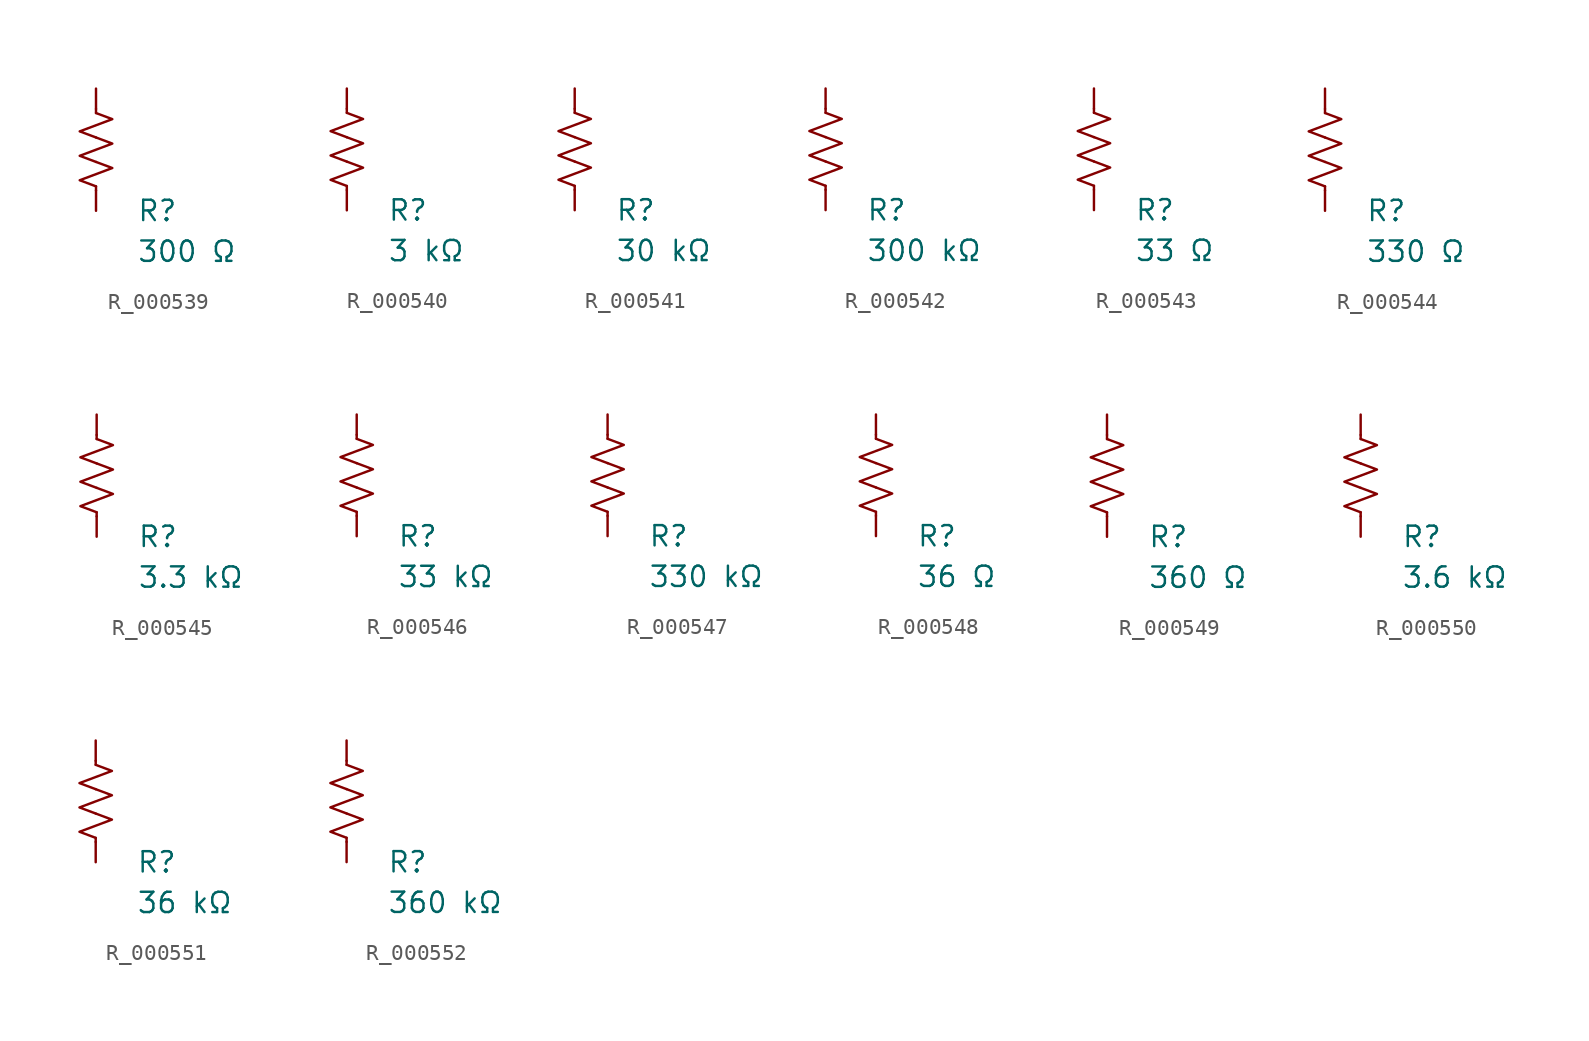
<source format=kicad_sym>
(kicad_symbol_lib
  (version 20231120)
  (generator "kicad_symbol_editor")
  (generator_version "8.0")
  (symbol "R_000539"
    (pin_numbers hide)
    (pin_names
      (offset 0))
    (property "Reference" "R"
      (at 2.54 -3.81 0)
      (effects (font (size 1.27 1.27)) (justify left))
      (show_name no))
    (property "Value" "300 Ω"
      (at 2.54 -6.35 0)
      (effects (font (size 1.27 1.27)) (justify left))
      (show_name no))
    (symbol "R_000539_0_1"
      (polyline (pts (xy 0 -2.286) (xy 0 -2.54)) (stroke (width 0) (type default)) (fill (type none)))
      (polyline (pts (xy 0 2.286) (xy 0 2.54)) (stroke (width 0) (type default)) (fill (type none)))
      (polyline (pts (xy 0 -0.762) (xy 1.016 -1.143) (xy 0 -1.524) (xy -1.016 -1.905) (xy 0 -2.286)) (stroke (width 0) (type default)) (fill (type none)))
      (polyline (pts (xy 0 0.762) (xy 1.016 0.381) (xy 0 0) (xy -1.016 -0.381) (xy 0 -0.762)) (stroke (width 0) (type default)) (fill (type none)))
      (polyline (pts (xy 0 2.286) (xy 1.016 1.905) (xy 0 1.524) (xy -1.016 1.143) (xy 0 0.762)) (stroke (width 0) (type default)) (fill (type none))))
    (symbol "R_000539_1_1"
      (pin passive line (at 0 3.81 270) (length 1.27) (name "~" (effects (font (size 1.27 1.27)))) (number "1" (effects (font (size 1.27 1.27)))))
      (pin passive line (at 0 -3.81 90) (length 1.27) (name "~" (effects (font (size 1.27 1.27)))) (number "2" (effects (font (size 1.27 1.27)))))))
  (symbol "R_000540"
    (pin_numbers hide)
    (pin_names
      (offset 0))
    (property "Reference" "R"
      (at 2.54 -3.81 0)
      (effects (font (size 1.27 1.27)) (justify left))
      (show_name no))
    (property "Value" "3 kΩ"
      (at 2.54 -6.35 0)
      (effects (font (size 1.27 1.27)) (justify left))
      (show_name no))
    (symbol "R_000540_0_1"
      (polyline (pts (xy 0 -2.286) (xy 0 -2.54)) (stroke (width 0) (type default)) (fill (type none)))
      (polyline (pts (xy 0 2.286) (xy 0 2.54)) (stroke (width 0) (type default)) (fill (type none)))
      (polyline (pts (xy 0 -0.762) (xy 1.016 -1.143) (xy 0 -1.524) (xy -1.016 -1.905) (xy 0 -2.286)) (stroke (width 0) (type default)) (fill (type none)))
      (polyline (pts (xy 0 0.762) (xy 1.016 0.381) (xy 0 0) (xy -1.016 -0.381) (xy 0 -0.762)) (stroke (width 0) (type default)) (fill (type none)))
      (polyline (pts (xy 0 2.286) (xy 1.016 1.905) (xy 0 1.524) (xy -1.016 1.143) (xy 0 0.762)) (stroke (width 0) (type default)) (fill (type none))))
    (symbol "R_000540_1_1"
      (pin passive line (at 0 3.81 270) (length 1.27) (name "~" (effects (font (size 1.27 1.27)))) (number "1" (effects (font (size 1.27 1.27)))))
      (pin passive line (at 0 -3.81 90) (length 1.27) (name "~" (effects (font (size 1.27 1.27)))) (number "2" (effects (font (size 1.27 1.27)))))))
  (symbol "R_000541"
    (pin_numbers hide)
    (pin_names
      (offset 0))
    (property "Reference" "R"
      (at 2.54 -3.81 0)
      (effects (font (size 1.27 1.27)) (justify left))
      (show_name no))
    (property "Value" "30 kΩ"
      (at 2.54 -6.35 0)
      (effects (font (size 1.27 1.27)) (justify left))
      (show_name no))
    (symbol "R_000541_0_1"
      (polyline (pts (xy 0 -2.286) (xy 0 -2.54)) (stroke (width 0) (type default)) (fill (type none)))
      (polyline (pts (xy 0 2.286) (xy 0 2.54)) (stroke (width 0) (type default)) (fill (type none)))
      (polyline (pts (xy 0 -0.762) (xy 1.016 -1.143) (xy 0 -1.524) (xy -1.016 -1.905) (xy 0 -2.286)) (stroke (width 0) (type default)) (fill (type none)))
      (polyline (pts (xy 0 0.762) (xy 1.016 0.381) (xy 0 0) (xy -1.016 -0.381) (xy 0 -0.762)) (stroke (width 0) (type default)) (fill (type none)))
      (polyline (pts (xy 0 2.286) (xy 1.016 1.905) (xy 0 1.524) (xy -1.016 1.143) (xy 0 0.762)) (stroke (width 0) (type default)) (fill (type none))))
    (symbol "R_000541_1_1"
      (pin passive line (at 0 3.81 270) (length 1.27) (name "~" (effects (font (size 1.27 1.27)))) (number "1" (effects (font (size 1.27 1.27)))))
      (pin passive line (at 0 -3.81 90) (length 1.27) (name "~" (effects (font (size 1.27 1.27)))) (number "2" (effects (font (size 1.27 1.27)))))))
  (symbol "R_000542"
    (pin_numbers hide)
    (pin_names
      (offset 0))
    (property "Reference" "R"
      (at 2.54 -3.81 0)
      (effects (font (size 1.27 1.27)) (justify left))
      (show_name no))
    (property "Value" "300 kΩ"
      (at 2.54 -6.35 0)
      (effects (font (size 1.27 1.27)) (justify left))
      (show_name no))
    (symbol "R_000542_0_1"
      (polyline (pts (xy 0 -2.286) (xy 0 -2.54)) (stroke (width 0) (type default)) (fill (type none)))
      (polyline (pts (xy 0 2.286) (xy 0 2.54)) (stroke (width 0) (type default)) (fill (type none)))
      (polyline (pts (xy 0 -0.762) (xy 1.016 -1.143) (xy 0 -1.524) (xy -1.016 -1.905) (xy 0 -2.286)) (stroke (width 0) (type default)) (fill (type none)))
      (polyline (pts (xy 0 0.762) (xy 1.016 0.381) (xy 0 0) (xy -1.016 -0.381) (xy 0 -0.762)) (stroke (width 0) (type default)) (fill (type none)))
      (polyline (pts (xy 0 2.286) (xy 1.016 1.905) (xy 0 1.524) (xy -1.016 1.143) (xy 0 0.762)) (stroke (width 0) (type default)) (fill (type none))))
    (symbol "R_000542_1_1"
      (pin passive line (at 0 3.81 270) (length 1.27) (name "~" (effects (font (size 1.27 1.27)))) (number "1" (effects (font (size 1.27 1.27)))))
      (pin passive line (at 0 -3.81 90) (length 1.27) (name "~" (effects (font (size 1.27 1.27)))) (number "2" (effects (font (size 1.27 1.27)))))))
  (symbol "R_000543"
    (pin_numbers hide)
    (pin_names
      (offset 0))
    (property "Reference" "R"
      (at 2.54 -3.81 0)
      (effects (font (size 1.27 1.27)) (justify left))
      (show_name no))
    (property "Value" "33 Ω"
      (at 2.54 -6.35 0)
      (effects (font (size 1.27 1.27)) (justify left))
      (show_name no))
    (symbol "R_000543_0_1"
      (polyline (pts (xy 0 -2.286) (xy 0 -2.54)) (stroke (width 0) (type default)) (fill (type none)))
      (polyline (pts (xy 0 2.286) (xy 0 2.54)) (stroke (width 0) (type default)) (fill (type none)))
      (polyline (pts (xy 0 -0.762) (xy 1.016 -1.143) (xy 0 -1.524) (xy -1.016 -1.905) (xy 0 -2.286)) (stroke (width 0) (type default)) (fill (type none)))
      (polyline (pts (xy 0 0.762) (xy 1.016 0.381) (xy 0 0) (xy -1.016 -0.381) (xy 0 -0.762)) (stroke (width 0) (type default)) (fill (type none)))
      (polyline (pts (xy 0 2.286) (xy 1.016 1.905) (xy 0 1.524) (xy -1.016 1.143) (xy 0 0.762)) (stroke (width 0) (type default)) (fill (type none))))
    (symbol "R_000543_1_1"
      (pin passive line (at 0 3.81 270) (length 1.27) (name "~" (effects (font (size 1.27 1.27)))) (number "1" (effects (font (size 1.27 1.27)))))
      (pin passive line (at 0 -3.81 90) (length 1.27) (name "~" (effects (font (size 1.27 1.27)))) (number "2" (effects (font (size 1.27 1.27)))))))
  (symbol "R_000544"
    (pin_numbers hide)
    (pin_names
      (offset 0))
    (property "Reference" "R"
      (at 2.54 -3.81 0)
      (effects (font (size 1.27 1.27)) (justify left))
      (show_name no))
    (property "Value" "330 Ω"
      (at 2.54 -6.35 0)
      (effects (font (size 1.27 1.27)) (justify left))
      (show_name no))
    (symbol "R_000544_0_1"
      (polyline (pts (xy 0 -2.286) (xy 0 -2.54)) (stroke (width 0) (type default)) (fill (type none)))
      (polyline (pts (xy 0 2.286) (xy 0 2.54)) (stroke (width 0) (type default)) (fill (type none)))
      (polyline (pts (xy 0 -0.762) (xy 1.016 -1.143) (xy 0 -1.524) (xy -1.016 -1.905) (xy 0 -2.286)) (stroke (width 0) (type default)) (fill (type none)))
      (polyline (pts (xy 0 0.762) (xy 1.016 0.381) (xy 0 0) (xy -1.016 -0.381) (xy 0 -0.762)) (stroke (width 0) (type default)) (fill (type none)))
      (polyline (pts (xy 0 2.286) (xy 1.016 1.905) (xy 0 1.524) (xy -1.016 1.143) (xy 0 0.762)) (stroke (width 0) (type default)) (fill (type none))))
    (symbol "R_000544_1_1"
      (pin passive line (at 0 3.81 270) (length 1.27) (name "~" (effects (font (size 1.27 1.27)))) (number "1" (effects (font (size 1.27 1.27)))))
      (pin passive line (at 0 -3.81 90) (length 1.27) (name "~" (effects (font (size 1.27 1.27)))) (number "2" (effects (font (size 1.27 1.27)))))))
  (symbol "R_000545"
    (pin_numbers hide)
    (pin_names
      (offset 0))
    (property "Reference" "R"
      (at 2.54 -3.81 0)
      (effects (font (size 1.27 1.27)) (justify left))
      (show_name no))
    (property "Value" "3.3 kΩ"
      (at 2.54 -6.35 0)
      (effects (font (size 1.27 1.27)) (justify left))
      (show_name no))
    (symbol "R_000545_0_1"
      (polyline (pts (xy 0 -2.286) (xy 0 -2.54)) (stroke (width 0) (type default)) (fill (type none)))
      (polyline (pts (xy 0 2.286) (xy 0 2.54)) (stroke (width 0) (type default)) (fill (type none)))
      (polyline (pts (xy 0 -0.762) (xy 1.016 -1.143) (xy 0 -1.524) (xy -1.016 -1.905) (xy 0 -2.286)) (stroke (width 0) (type default)) (fill (type none)))
      (polyline (pts (xy 0 0.762) (xy 1.016 0.381) (xy 0 0) (xy -1.016 -0.381) (xy 0 -0.762)) (stroke (width 0) (type default)) (fill (type none)))
      (polyline (pts (xy 0 2.286) (xy 1.016 1.905) (xy 0 1.524) (xy -1.016 1.143) (xy 0 0.762)) (stroke (width 0) (type default)) (fill (type none))))
    (symbol "R_000545_1_1"
      (pin passive line (at 0 3.81 270) (length 1.27) (name "~" (effects (font (size 1.27 1.27)))) (number "1" (effects (font (size 1.27 1.27)))))
      (pin passive line (at 0 -3.81 90) (length 1.27) (name "~" (effects (font (size 1.27 1.27)))) (number "2" (effects (font (size 1.27 1.27)))))))
  (symbol "R_000546"
    (pin_numbers hide)
    (pin_names
      (offset 0))
    (property "Reference" "R"
      (at 2.54 -3.81 0)
      (effects (font (size 1.27 1.27)) (justify left))
      (show_name no))
    (property "Value" "33 kΩ"
      (at 2.54 -6.35 0)
      (effects (font (size 1.27 1.27)) (justify left))
      (show_name no))
    (symbol "R_000546_0_1"
      (polyline (pts (xy 0 -2.286) (xy 0 -2.54)) (stroke (width 0) (type default)) (fill (type none)))
      (polyline (pts (xy 0 2.286) (xy 0 2.54)) (stroke (width 0) (type default)) (fill (type none)))
      (polyline (pts (xy 0 -0.762) (xy 1.016 -1.143) (xy 0 -1.524) (xy -1.016 -1.905) (xy 0 -2.286)) (stroke (width 0) (type default)) (fill (type none)))
      (polyline (pts (xy 0 0.762) (xy 1.016 0.381) (xy 0 0) (xy -1.016 -0.381) (xy 0 -0.762)) (stroke (width 0) (type default)) (fill (type none)))
      (polyline (pts (xy 0 2.286) (xy 1.016 1.905) (xy 0 1.524) (xy -1.016 1.143) (xy 0 0.762)) (stroke (width 0) (type default)) (fill (type none))))
    (symbol "R_000546_1_1"
      (pin passive line (at 0 3.81 270) (length 1.27) (name "~" (effects (font (size 1.27 1.27)))) (number "1" (effects (font (size 1.27 1.27)))))
      (pin passive line (at 0 -3.81 90) (length 1.27) (name "~" (effects (font (size 1.27 1.27)))) (number "2" (effects (font (size 1.27 1.27)))))))
  (symbol "R_000547"
    (pin_numbers hide)
    (pin_names
      (offset 0))
    (property "Reference" "R"
      (at 2.54 -3.81 0)
      (effects (font (size 1.27 1.27)) (justify left))
      (show_name no))
    (property "Value" "330 kΩ"
      (at 2.54 -6.35 0)
      (effects (font (size 1.27 1.27)) (justify left))
      (show_name no))
    (symbol "R_000547_0_1"
      (polyline (pts (xy 0 -2.286) (xy 0 -2.54)) (stroke (width 0) (type default)) (fill (type none)))
      (polyline (pts (xy 0 2.286) (xy 0 2.54)) (stroke (width 0) (type default)) (fill (type none)))
      (polyline (pts (xy 0 -0.762) (xy 1.016 -1.143) (xy 0 -1.524) (xy -1.016 -1.905) (xy 0 -2.286)) (stroke (width 0) (type default)) (fill (type none)))
      (polyline (pts (xy 0 0.762) (xy 1.016 0.381) (xy 0 0) (xy -1.016 -0.381) (xy 0 -0.762)) (stroke (width 0) (type default)) (fill (type none)))
      (polyline (pts (xy 0 2.286) (xy 1.016 1.905) (xy 0 1.524) (xy -1.016 1.143) (xy 0 0.762)) (stroke (width 0) (type default)) (fill (type none))))
    (symbol "R_000547_1_1"
      (pin passive line (at 0 3.81 270) (length 1.27) (name "~" (effects (font (size 1.27 1.27)))) (number "1" (effects (font (size 1.27 1.27)))))
      (pin passive line (at 0 -3.81 90) (length 1.27) (name "~" (effects (font (size 1.27 1.27)))) (number "2" (effects (font (size 1.27 1.27)))))))
  (symbol "R_000548"
    (pin_numbers hide)
    (pin_names
      (offset 0))
    (property "Reference" "R"
      (at 2.54 -3.81 0)
      (effects (font (size 1.27 1.27)) (justify left))
      (show_name no))
    (property "Value" "36 Ω"
      (at 2.54 -6.35 0)
      (effects (font (size 1.27 1.27)) (justify left))
      (show_name no))
    (symbol "R_000548_0_1"
      (polyline (pts (xy 0 -2.286) (xy 0 -2.54)) (stroke (width 0) (type default)) (fill (type none)))
      (polyline (pts (xy 0 2.286) (xy 0 2.54)) (stroke (width 0) (type default)) (fill (type none)))
      (polyline (pts (xy 0 -0.762) (xy 1.016 -1.143) (xy 0 -1.524) (xy -1.016 -1.905) (xy 0 -2.286)) (stroke (width 0) (type default)) (fill (type none)))
      (polyline (pts (xy 0 0.762) (xy 1.016 0.381) (xy 0 0) (xy -1.016 -0.381) (xy 0 -0.762)) (stroke (width 0) (type default)) (fill (type none)))
      (polyline (pts (xy 0 2.286) (xy 1.016 1.905) (xy 0 1.524) (xy -1.016 1.143) (xy 0 0.762)) (stroke (width 0) (type default)) (fill (type none))))
    (symbol "R_000548_1_1"
      (pin passive line (at 0 3.81 270) (length 1.27) (name "~" (effects (font (size 1.27 1.27)))) (number "1" (effects (font (size 1.27 1.27)))))
      (pin passive line (at 0 -3.81 90) (length 1.27) (name "~" (effects (font (size 1.27 1.27)))) (number "2" (effects (font (size 1.27 1.27)))))))
  (symbol "R_000549"
    (pin_numbers hide)
    (pin_names
      (offset 0))
    (property "Reference" "R"
      (at 2.54 -3.81 0)
      (effects (font (size 1.27 1.27)) (justify left))
      (show_name no))
    (property "Value" "360 Ω"
      (at 2.54 -6.35 0)
      (effects (font (size 1.27 1.27)) (justify left))
      (show_name no))
    (symbol "R_000549_0_1"
      (polyline (pts (xy 0 -2.286) (xy 0 -2.54)) (stroke (width 0) (type default)) (fill (type none)))
      (polyline (pts (xy 0 2.286) (xy 0 2.54)) (stroke (width 0) (type default)) (fill (type none)))
      (polyline (pts (xy 0 -0.762) (xy 1.016 -1.143) (xy 0 -1.524) (xy -1.016 -1.905) (xy 0 -2.286)) (stroke (width 0) (type default)) (fill (type none)))
      (polyline (pts (xy 0 0.762) (xy 1.016 0.381) (xy 0 0) (xy -1.016 -0.381) (xy 0 -0.762)) (stroke (width 0) (type default)) (fill (type none)))
      (polyline (pts (xy 0 2.286) (xy 1.016 1.905) (xy 0 1.524) (xy -1.016 1.143) (xy 0 0.762)) (stroke (width 0) (type default)) (fill (type none))))
    (symbol "R_000549_1_1"
      (pin passive line (at 0 3.81 270) (length 1.27) (name "~" (effects (font (size 1.27 1.27)))) (number "1" (effects (font (size 1.27 1.27)))))
      (pin passive line (at 0 -3.81 90) (length 1.27) (name "~" (effects (font (size 1.27 1.27)))) (number "2" (effects (font (size 1.27 1.27)))))))
  (symbol "R_000550"
    (pin_numbers hide)
    (pin_names
      (offset 0))
    (property "Reference" "R"
      (at 2.54 -3.81 0)
      (effects (font (size 1.27 1.27)) (justify left))
      (show_name no))
    (property "Value" "3.6 kΩ"
      (at 2.54 -6.35 0)
      (effects (font (size 1.27 1.27)) (justify left))
      (show_name no))
    (symbol "R_000550_0_1"
      (polyline (pts (xy 0 -2.286) (xy 0 -2.54)) (stroke (width 0) (type default)) (fill (type none)))
      (polyline (pts (xy 0 2.286) (xy 0 2.54)) (stroke (width 0) (type default)) (fill (type none)))
      (polyline (pts (xy 0 -0.762) (xy 1.016 -1.143) (xy 0 -1.524) (xy -1.016 -1.905) (xy 0 -2.286)) (stroke (width 0) (type default)) (fill (type none)))
      (polyline (pts (xy 0 0.762) (xy 1.016 0.381) (xy 0 0) (xy -1.016 -0.381) (xy 0 -0.762)) (stroke (width 0) (type default)) (fill (type none)))
      (polyline (pts (xy 0 2.286) (xy 1.016 1.905) (xy 0 1.524) (xy -1.016 1.143) (xy 0 0.762)) (stroke (width 0) (type default)) (fill (type none))))
    (symbol "R_000550_1_1"
      (pin passive line (at 0 3.81 270) (length 1.27) (name "~" (effects (font (size 1.27 1.27)))) (number "1" (effects (font (size 1.27 1.27)))))
      (pin passive line (at 0 -3.81 90) (length 1.27) (name "~" (effects (font (size 1.27 1.27)))) (number "2" (effects (font (size 1.27 1.27)))))))
  (symbol "R_000551"
    (pin_numbers hide)
    (pin_names
      (offset 0))
    (property "Reference" "R"
      (at 2.54 -3.81 0)
      (effects (font (size 1.27 1.27)) (justify left))
      (show_name no))
    (property "Value" "36 kΩ"
      (at 2.54 -6.35 0)
      (effects (font (size 1.27 1.27)) (justify left))
      (show_name no))
    (symbol "R_000551_0_1"
      (polyline (pts (xy 0 -2.286) (xy 0 -2.54)) (stroke (width 0) (type default)) (fill (type none)))
      (polyline (pts (xy 0 2.286) (xy 0 2.54)) (stroke (width 0) (type default)) (fill (type none)))
      (polyline (pts (xy 0 -0.762) (xy 1.016 -1.143) (xy 0 -1.524) (xy -1.016 -1.905) (xy 0 -2.286)) (stroke (width 0) (type default)) (fill (type none)))
      (polyline (pts (xy 0 0.762) (xy 1.016 0.381) (xy 0 0) (xy -1.016 -0.381) (xy 0 -0.762)) (stroke (width 0) (type default)) (fill (type none)))
      (polyline (pts (xy 0 2.286) (xy 1.016 1.905) (xy 0 1.524) (xy -1.016 1.143) (xy 0 0.762)) (stroke (width 0) (type default)) (fill (type none))))
    (symbol "R_000551_1_1"
      (pin passive line (at 0 3.81 270) (length 1.27) (name "~" (effects (font (size 1.27 1.27)))) (number "1" (effects (font (size 1.27 1.27)))))
      (pin passive line (at 0 -3.81 90) (length 1.27) (name "~" (effects (font (size 1.27 1.27)))) (number "2" (effects (font (size 1.27 1.27)))))))
  (symbol "R_000552"
    (pin_numbers hide)
    (pin_names
      (offset 0))
    (property "Reference" "R"
      (at 2.54 -3.81 0)
      (effects (font (size 1.27 1.27)) (justify left))
      (show_name no))
    (property "Value" "360 kΩ"
      (at 2.54 -6.35 0)
      (effects (font (size 1.27 1.27)) (justify left))
      (show_name no))
    (symbol "R_000552_0_1"
      (polyline (pts (xy 0 -2.286) (xy 0 -2.54)) (stroke (width 0) (type default)) (fill (type none)))
      (polyline (pts (xy 0 2.286) (xy 0 2.54)) (stroke (width 0) (type default)) (fill (type none)))
      (polyline (pts (xy 0 -0.762) (xy 1.016 -1.143) (xy 0 -1.524) (xy -1.016 -1.905) (xy 0 -2.286)) (stroke (width 0) (type default)) (fill (type none)))
      (polyline (pts (xy 0 0.762) (xy 1.016 0.381) (xy 0 0) (xy -1.016 -0.381) (xy 0 -0.762)) (stroke (width 0) (type default)) (fill (type none)))
      (polyline (pts (xy 0 2.286) (xy 1.016 1.905) (xy 0 1.524) (xy -1.016 1.143) (xy 0 0.762)) (stroke (width 0) (type default)) (fill (type none))))
    (symbol "R_000552_1_1"
      (pin passive line (at 0 3.81 270) (length 1.27) (name "~" (effects (font (size 1.27 1.27)))) (number "1" (effects (font (size 1.27 1.27)))))
      (pin passive line (at 0 -3.81 90) (length 1.27) (name "~" (effects (font (size 1.27 1.27)))) (number "2" (effects (font (size 1.27 1.27))))))))
</source>
